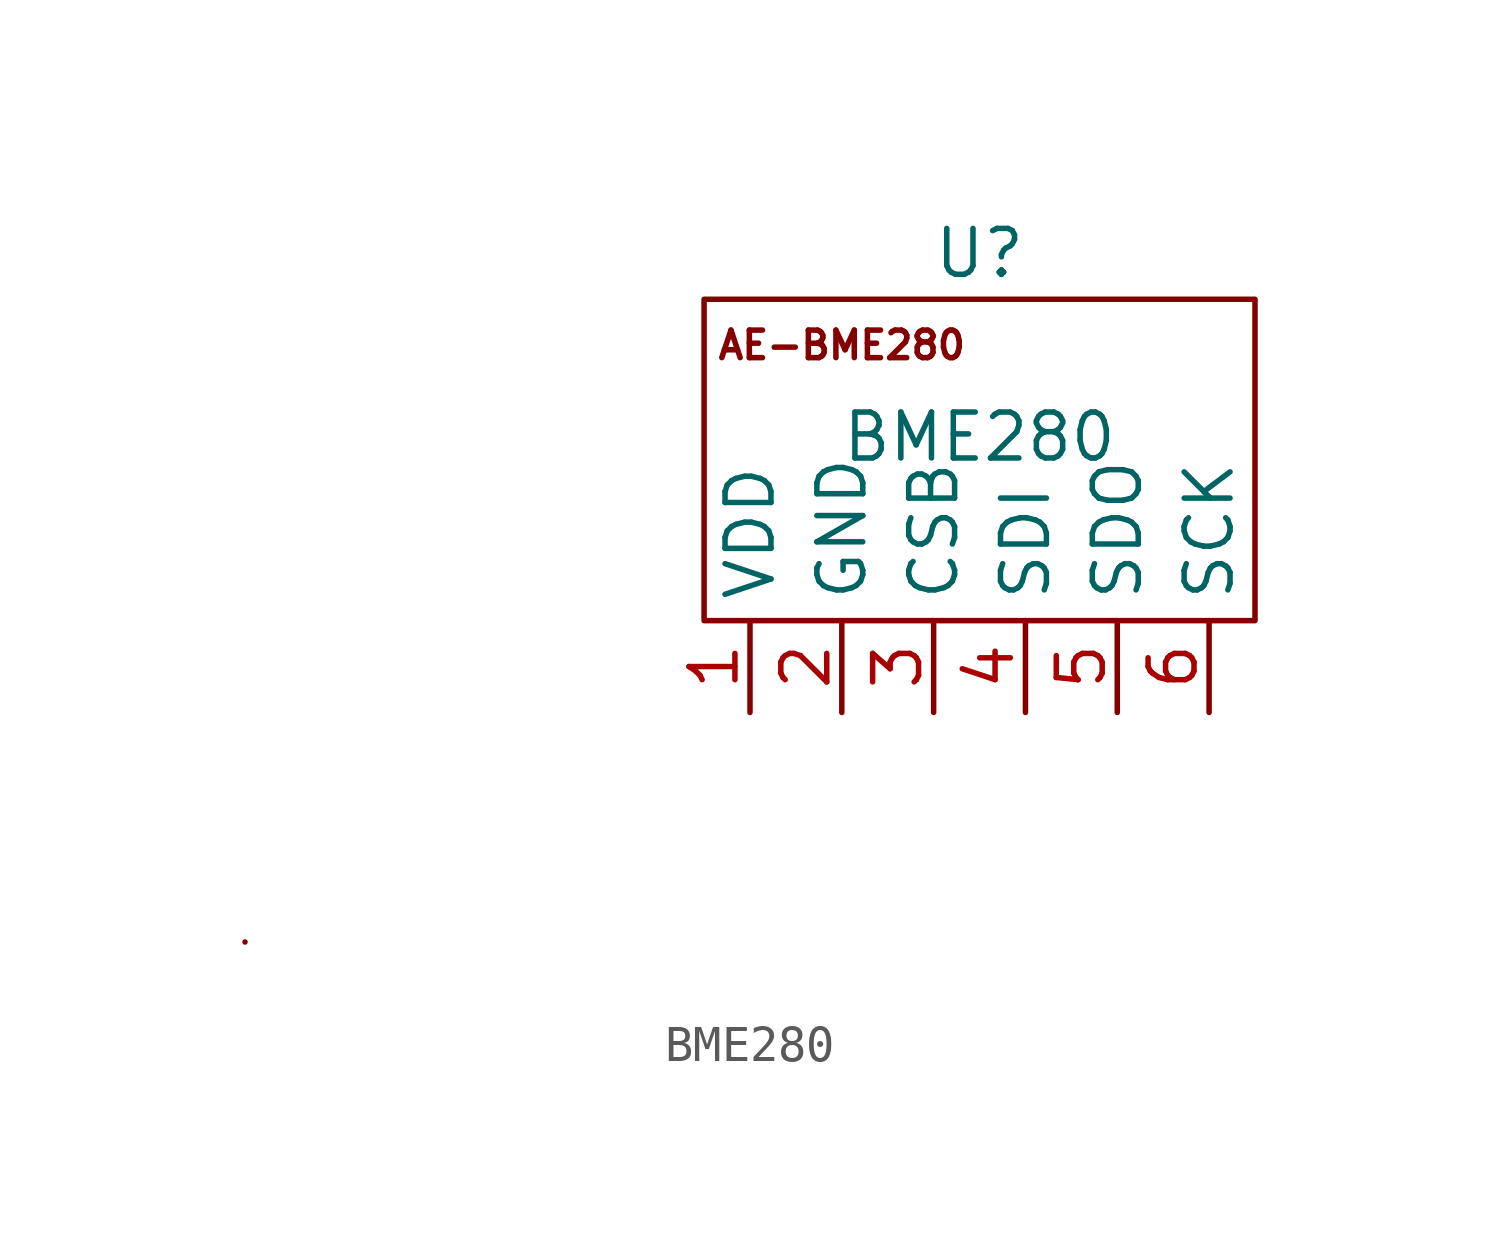
<source format=kicad_sym>
(kicad_symbol_lib
  (version 20211014)
  (generator kicad_symbol_editor)
  (symbol "BME280"
    (property "Reference" "U"
      (at 0 6.35 0)
      (effects (font (size 1.27 1.27))))
    (property "Value" "BME280"
      (at 0 1.27 0)
      (effects (font (size 1.27 1.27))))
    (symbol "BME280_0_0"
      (text "AE-BME280" (at -3.81 3.81 0) (effects (font (size 0.762 0.762)))))
    (symbol "BME280_0_1"
      (rectangle (start -20.32 -12.7) (end -20.32 -12.7) (stroke (width 0) (type default) (color 0 0 0 0)) (fill (type none)))
      (rectangle (start -7.62 5.08) (end 7.62 -3.81) (stroke (width 0) (type default) (color 0 0 0 0)) (fill (type none))))
    (symbol "BME280_1_1"
      (pin passive line (at -6.35 -6.35 90) (length 2.54) (name "VDD" (effects (font (size 1.27 1.27)))) (number "1" (effects (font (size 1.27 1.27)))))
      (pin passive line (at -3.81 -6.35 90) (length 2.54) (name "GND" (effects (font (size 1.27 1.27)))) (number "2" (effects (font (size 1.27 1.27)))))
      (pin passive line (at -1.27 -6.35 90) (length 2.54) (name "CSB" (effects (font (size 1.27 1.27)))) (number "3" (effects (font (size 1.27 1.27)))))
      (pin passive line (at 1.27 -6.35 90) (length 2.54) (name "SDI" (effects (font (size 1.27 1.27)))) (number "4" (effects (font (size 1.27 1.27)))))
      (pin passive line (at 3.81 -6.35 90) (length 2.54) (name "SDO" (effects (font (size 1.27 1.27)))) (number "5" (effects (font (size 1.27 1.27)))))
      (pin passive line (at 6.35 -6.35 90) (length 2.54) (name "SCK" (effects (font (size 1.27 1.27)))) (number "6" (effects (font (size 1.27 1.27))))))))
</source>
